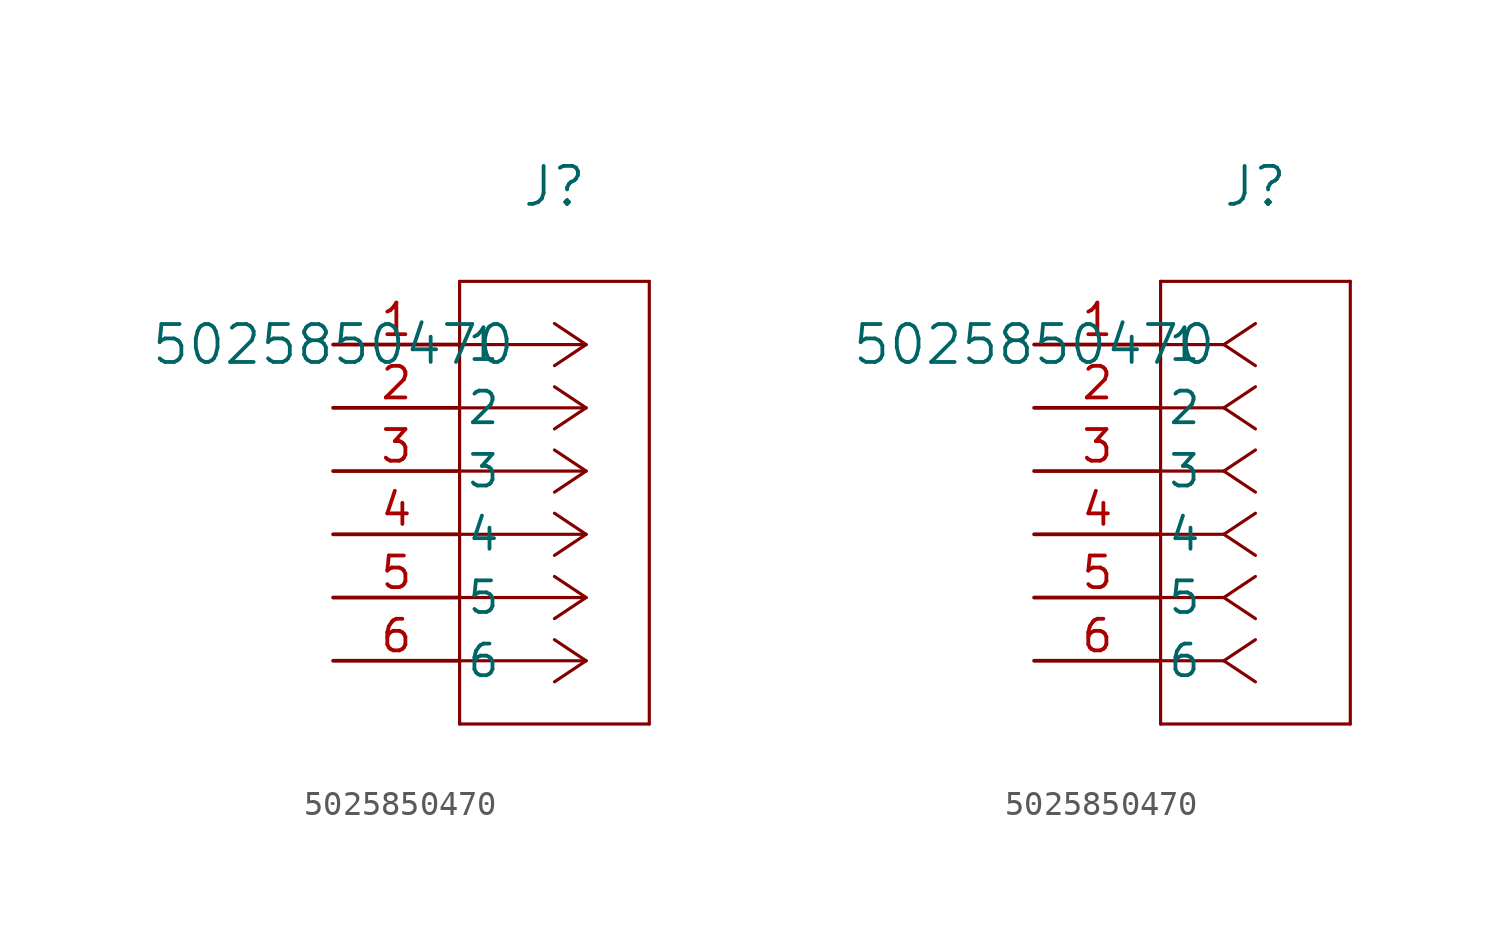
<source format=kicad_sym>
(kicad_symbol_lib
  (version 20211014)
  (generator kicad_symbol_editor)
  (symbol "5025850470"
    (pin_names
      (offset 0.254))
    (property "Reference" "J"
      (at 8.89 6.35 0)
      (effects (font (size 1.524 1.524))))
    (property "Value" "5025850470"
      (at 0 0 0)
      (effects (font (size 1.524 1.524))))
    (symbol "5025850470_1_1"
      (polyline (pts (xy 10.16 0) (xy 5.08 0)) (stroke (width 0.127) (type default) (color 0 0 0 0)) (fill (type none)))
      (polyline (pts (xy 10.16 -2.54) (xy 5.08 -2.54)) (stroke (width 0.127) (type default) (color 0 0 0 0)) (fill (type none)))
      (polyline (pts (xy 10.16 -5.08) (xy 5.08 -5.08)) (stroke (width 0.127) (type default) (color 0 0 0 0)) (fill (type none)))
      (polyline (pts (xy 10.16 -7.62) (xy 5.08 -7.62)) (stroke (width 0.127) (type default) (color 0 0 0 0)) (fill (type none)))
      (polyline (pts (xy 10.16 -10.16) (xy 5.08 -10.16)) (stroke (width 0.127) (type default) (color 0 0 0 0)) (fill (type none)))
      (polyline (pts (xy 10.16 -12.7) (xy 5.08 -12.7)) (stroke (width 0.127) (type default) (color 0 0 0 0)) (fill (type none)))
      (polyline (pts (xy 10.16 0) (xy 8.89 0.847)) (stroke (width 0.127) (type default) (color 0 0 0 0)) (fill (type none)))
      (polyline (pts (xy 10.16 -2.54) (xy 8.89 -1.693)) (stroke (width 0.127) (type default) (color 0 0 0 0)) (fill (type none)))
      (polyline (pts (xy 10.16 -5.08) (xy 8.89 -4.233)) (stroke (width 0.127) (type default) (color 0 0 0 0)) (fill (type none)))
      (polyline (pts (xy 10.16 -7.62) (xy 8.89 -6.773)) (stroke (width 0.127) (type default) (color 0 0 0 0)) (fill (type none)))
      (polyline (pts (xy 10.16 -10.16) (xy 8.89 -9.313)) (stroke (width 0.127) (type default) (color 0 0 0 0)) (fill (type none)))
      (polyline (pts (xy 10.16 -12.7) (xy 8.89 -11.853)) (stroke (width 0.127) (type default) (color 0 0 0 0)) (fill (type none)))
      (polyline (pts (xy 10.16 0) (xy 8.89 -0.847)) (stroke (width 0.127) (type default) (color 0 0 0 0)) (fill (type none)))
      (polyline (pts (xy 10.16 -2.54) (xy 8.89 -3.387)) (stroke (width 0.127) (type default) (color 0 0 0 0)) (fill (type none)))
      (polyline (pts (xy 10.16 -5.08) (xy 8.89 -5.927)) (stroke (width 0.127) (type default) (color 0 0 0 0)) (fill (type none)))
      (polyline (pts (xy 10.16 -7.62) (xy 8.89 -8.467)) (stroke (width 0.127) (type default) (color 0 0 0 0)) (fill (type none)))
      (polyline (pts (xy 10.16 -10.16) (xy 8.89 -11.007)) (stroke (width 0.127) (type default) (color 0 0 0 0)) (fill (type none)))
      (polyline (pts (xy 10.16 -12.7) (xy 8.89 -13.547)) (stroke (width 0.127) (type default) (color 0 0 0 0)) (fill (type none)))
      (polyline (pts (xy 5.08 2.54) (xy 5.08 -15.24)) (stroke (width 0.127) (type default) (color 0 0 0 0)) (fill (type none)))
      (polyline (pts (xy 5.08 -15.24) (xy 12.7 -15.24)) (stroke (width 0.127) (type default) (color 0 0 0 0)) (fill (type none)))
      (polyline (pts (xy 12.7 -15.24) (xy 12.7 2.54)) (stroke (width 0.127) (type default) (color 0 0 0 0)) (fill (type none)))
      (polyline (pts (xy 12.7 2.54) (xy 5.08 2.54)) (stroke (width 0.127) (type default) (color 0 0 0 0)) (fill (type none)))
      (pin unspecified line (at 0 0 0) (length 5.08) (name "1" (effects (font (size 1.27 1.27)))) (number "1" (effects (font (size 1.27 1.27)))))
      (pin unspecified line (at 0 -2.54 0) (length 5.08) (name "2" (effects (font (size 1.27 1.27)))) (number "2" (effects (font (size 1.27 1.27)))))
      (pin unspecified line (at 0 -5.08 0) (length 5.08) (name "3" (effects (font (size 1.27 1.27)))) (number "3" (effects (font (size 1.27 1.27)))))
      (pin unspecified line (at 0 -7.62 0) (length 5.08) (name "4" (effects (font (size 1.27 1.27)))) (number "4" (effects (font (size 1.27 1.27)))))
      (pin unspecified line (at 0 -10.16 0) (length 5.08) (name "5" (effects (font (size 1.27 1.27)))) (number "5" (effects (font (size 1.27 1.27)))))
      (pin unspecified line (at 0 -12.7 0) (length 5.08) (name "6" (effects (font (size 1.27 1.27)))) (number "6" (effects (font (size 1.27 1.27))))))
    (symbol "5025850470_1_2"
      (polyline (pts (xy 7.62 0) (xy 5.08 0)) (stroke (width 0.127) (type default) (color 0 0 0 0)) (fill (type none)))
      (polyline (pts (xy 7.62 -2.54) (xy 5.08 -2.54)) (stroke (width 0.127) (type default) (color 0 0 0 0)) (fill (type none)))
      (polyline (pts (xy 7.62 -5.08) (xy 5.08 -5.08)) (stroke (width 0.127) (type default) (color 0 0 0 0)) (fill (type none)))
      (polyline (pts (xy 7.62 -7.62) (xy 5.08 -7.62)) (stroke (width 0.127) (type default) (color 0 0 0 0)) (fill (type none)))
      (polyline (pts (xy 7.62 -10.16) (xy 5.08 -10.16)) (stroke (width 0.127) (type default) (color 0 0 0 0)) (fill (type none)))
      (polyline (pts (xy 7.62 -12.7) (xy 5.08 -12.7)) (stroke (width 0.127) (type default) (color 0 0 0 0)) (fill (type none)))
      (polyline (pts (xy 7.62 0) (xy 8.89 0.847)) (stroke (width 0.127) (type default) (color 0 0 0 0)) (fill (type none)))
      (polyline (pts (xy 7.62 -2.54) (xy 8.89 -1.693)) (stroke (width 0.127) (type default) (color 0 0 0 0)) (fill (type none)))
      (polyline (pts (xy 7.62 -5.08) (xy 8.89 -4.233)) (stroke (width 0.127) (type default) (color 0 0 0 0)) (fill (type none)))
      (polyline (pts (xy 7.62 -7.62) (xy 8.89 -6.773)) (stroke (width 0.127) (type default) (color 0 0 0 0)) (fill (type none)))
      (polyline (pts (xy 7.62 -10.16) (xy 8.89 -9.313)) (stroke (width 0.127) (type default) (color 0 0 0 0)) (fill (type none)))
      (polyline (pts (xy 7.62 -12.7) (xy 8.89 -11.853)) (stroke (width 0.127) (type default) (color 0 0 0 0)) (fill (type none)))
      (polyline (pts (xy 7.62 0) (xy 8.89 -0.847)) (stroke (width 0.127) (type default) (color 0 0 0 0)) (fill (type none)))
      (polyline (pts (xy 7.62 -2.54) (xy 8.89 -3.387)) (stroke (width 0.127) (type default) (color 0 0 0 0)) (fill (type none)))
      (polyline (pts (xy 7.62 -5.08) (xy 8.89 -5.927)) (stroke (width 0.127) (type default) (color 0 0 0 0)) (fill (type none)))
      (polyline (pts (xy 7.62 -7.62) (xy 8.89 -8.467)) (stroke (width 0.127) (type default) (color 0 0 0 0)) (fill (type none)))
      (polyline (pts (xy 7.62 -10.16) (xy 8.89 -11.007)) (stroke (width 0.127) (type default) (color 0 0 0 0)) (fill (type none)))
      (polyline (pts (xy 7.62 -12.7) (xy 8.89 -13.547)) (stroke (width 0.127) (type default) (color 0 0 0 0)) (fill (type none)))
      (polyline (pts (xy 5.08 2.54) (xy 5.08 -15.24)) (stroke (width 0.127) (type default) (color 0 0 0 0)) (fill (type none)))
      (polyline (pts (xy 5.08 -15.24) (xy 12.7 -15.24)) (stroke (width 0.127) (type default) (color 0 0 0 0)) (fill (type none)))
      (polyline (pts (xy 12.7 -15.24) (xy 12.7 2.54)) (stroke (width 0.127) (type default) (color 0 0 0 0)) (fill (type none)))
      (polyline (pts (xy 12.7 2.54) (xy 5.08 2.54)) (stroke (width 0.127) (type default) (color 0 0 0 0)) (fill (type none)))
      (pin unspecified line (at 0 0 0) (length 5.08) (name "1" (effects (font (size 1.27 1.27)))) (number "1" (effects (font (size 1.27 1.27)))))
      (pin unspecified line (at 0 -2.54 0) (length 5.08) (name "2" (effects (font (size 1.27 1.27)))) (number "2" (effects (font (size 1.27 1.27)))))
      (pin unspecified line (at 0 -5.08 0) (length 5.08) (name "3" (effects (font (size 1.27 1.27)))) (number "3" (effects (font (size 1.27 1.27)))))
      (pin unspecified line (at 0 -7.62 0) (length 5.08) (name "4" (effects (font (size 1.27 1.27)))) (number "4" (effects (font (size 1.27 1.27)))))
      (pin unspecified line (at 0 -10.16 0) (length 5.08) (name "5" (effects (font (size 1.27 1.27)))) (number "5" (effects (font (size 1.27 1.27)))))
      (pin unspecified line (at 0 -12.7 0) (length 5.08) (name "6" (effects (font (size 1.27 1.27)))) (number "6" (effects (font (size 1.27 1.27))))))))
</source>
